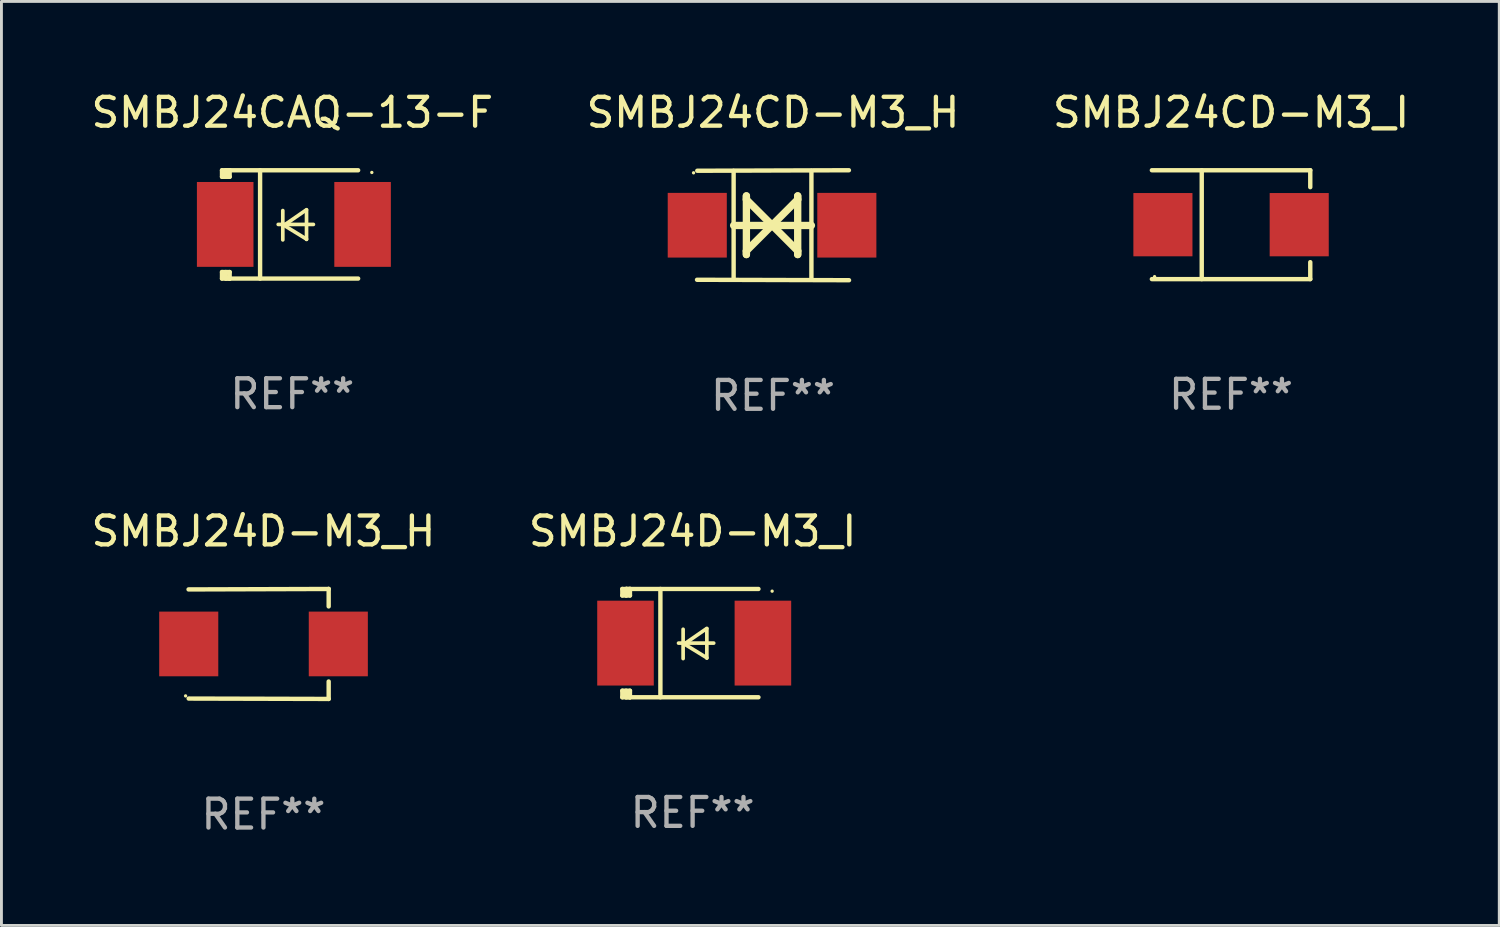
<source format=kicad_pcb>
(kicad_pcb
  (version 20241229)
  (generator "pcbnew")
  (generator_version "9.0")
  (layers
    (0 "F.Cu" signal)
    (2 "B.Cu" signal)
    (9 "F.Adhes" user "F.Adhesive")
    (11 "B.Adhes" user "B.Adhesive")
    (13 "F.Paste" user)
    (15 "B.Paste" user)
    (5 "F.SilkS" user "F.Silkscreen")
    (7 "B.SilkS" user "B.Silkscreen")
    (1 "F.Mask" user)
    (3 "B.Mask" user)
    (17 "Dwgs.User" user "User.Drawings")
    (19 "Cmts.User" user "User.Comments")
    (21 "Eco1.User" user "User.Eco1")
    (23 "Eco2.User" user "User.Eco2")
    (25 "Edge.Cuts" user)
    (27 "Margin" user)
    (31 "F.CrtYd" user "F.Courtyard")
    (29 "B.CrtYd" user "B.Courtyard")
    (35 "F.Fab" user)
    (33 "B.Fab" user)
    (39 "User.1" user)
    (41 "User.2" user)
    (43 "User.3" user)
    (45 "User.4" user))
  (footprint "SMBJ24CD-M3_I"
    (layer "F.Cu")
    (at 39.601 4.734)
    (property "Reference" "SMBJ24CD-M3_I" (at 0 -3.886 0) (layer "F.SilkS") (effects (font (size 1 1) (thickness 0.15))))
    (attr through_hole)
    (fp_line (start -2.744 -1.886) (end 2.744 -1.886) (stroke (width 0.152) (type solid)) (layer "F.SilkS"))
    (fp_line (start -2.744 1.886) (end 2.744 1.886) (stroke (width 0.152) (type solid)) (layer "F.SilkS"))
    (fp_line (start -1.016 -1.886) (end -1.016 1.886) (stroke (width 0.152) (type solid)) (layer "F.SilkS"))
    (fp_line (start 2.744 -1.886) (end 2.744 -1.299) (stroke (width 0.152) (type solid)) (layer "F.SilkS"))
    (fp_line (start 2.744 1.886) (end 2.744 1.299) (stroke (width 0.152) (type solid)) (layer "F.SilkS"))
    (fp_circle (center -2.65 1.8) (end -2.62 1.8) (stroke (width 0.06) (type solid)) (fill no) (layer "F.SilkS"))
    (fp_text user "REF**" (at 0 5.886 0) (layer "F.Fab") (effects (font (size 1 1) (thickness 0.15))))
    (pad "1" smd rect (at -2.361 0) (size 2.047 2.192) (layers "F.Cu" "F.Mask" "F.Paste"))
    (pad "2" smd rect (at 2.361 0) (size 2.047 2.192) (layers "F.Cu" "F.Mask" "F.Paste")))
  (footprint "SMBJ24D-M3_H"
    (layer "F.Cu")
    (at 6.077 19.26)
    (property "Reference" "SMBJ24D-M3_H" (at 0 -3.905 0) (layer "F.SilkS") (effects (font (size 1 1) (thickness 0.15))))
    (attr through_hole)
    (fp_line (start 2.256 -1.905) (end -2.594 -1.889) (stroke (width 0.152) (type solid)) (layer "F.SilkS"))
    (fp_line (start 2.256 -1.905) (end 2.26 -1.905) (stroke (width 0.152) (type solid)) (layer "F.SilkS"))
    (fp_line (start 2.26 -1.905) (end 2.26 -1.301) (stroke (width 0.152) (type solid)) (layer "F.SilkS"))
    (fp_line (start 2.26 1.301) (end 2.26 1.905) (stroke (width 0.152) (type solid)) (layer "F.SilkS"))
    (fp_line (start 2.26 1.905) (end -2.59 1.892) (stroke (width 0.152) (type solid)) (layer "F.SilkS"))
    (fp_circle (center -2.697 1.8) (end -2.667 1.8) (stroke (width 0.06) (type solid)) (fill no) (layer "F.SilkS"))
    (fp_text user "REF**" (at 0 5.905 0) (layer "F.Fab") (effects (font (size 1 1) (thickness 0.15))))
    (pad "1" smd rect (at -2.588 0) (size 2.047 2.241) (layers "F.Cu" "F.Mask" "F.Paste"))
    (pad "2" smd rect (at 2.594 0) (size 2.047 2.241) (layers "F.Cu" "F.Mask" "F.Paste")))
  (footprint "SMBJ24D-M3_I"
    (layer "F.Cu")
    (at 20.946 19.231)
    (property "Reference" "SMBJ24D-M3_I" (at 0 -3.876 0) (layer "F.SilkS") (effects (font (size 1 1) (thickness 0.15))))
    (attr through_hole)
    (fp_line (start -2.435 1.65) (end -2.171 1.65) (stroke (width 0.152) (type solid)) (layer "F.SilkS"))
    (fp_line (start -2.435 1.876) (end -2.435 1.65) (stroke (width 0.152) (type solid)) (layer "F.SilkS"))
    (fp_line (start -2.435 -1.876) (end -2.171 -1.876) (stroke (width 0.152) (type solid)) (layer "F.SilkS"))
    (fp_line (start -2.435 -1.65) (end -2.435 -1.876) (stroke (width 0.152) (type solid)) (layer "F.SilkS"))
    (fp_line (start -2.305 -1.866) (end -2.295 -1.876) (stroke (width 0.152) (type solid)) (layer "F.SilkS"))
    (fp_line (start -2.305 -1.65) (end -2.305 -1.866) (stroke (width 0.152) (type solid)) (layer "F.SilkS"))
    (fp_line (start -2.305 1.876) (end -2.305 1.65) (stroke (width 0.152) (type solid)) (layer "F.SilkS"))
    (fp_line (start -2.295 -1.876) (end -2.295 -1.65) (stroke (width 0.152) (type solid)) (layer "F.SilkS"))
    (fp_line (start -2.171 1.876) (end -2.435 1.876) (stroke (width 0.152) (type solid)) (layer "F.SilkS"))
    (fp_line (start -2.171 -1.65) (end -2.435 -1.65) (stroke (width 0.152) (type solid)) (layer "F.SilkS"))
    (fp_line (start -2.171 -1.876) (end -2.295 -1.876) (stroke (width 0.152) (type solid)) (layer "F.SilkS"))
    (fp_line (start -2.171 -1.65) (end -2.171 -1.876) (stroke (width 0.152) (type solid)) (layer "F.SilkS"))
    (fp_line (start -2.171 1.876) (end -2.305 1.876) (stroke (width 0.152) (type solid)) (layer "F.SilkS"))
    (fp_line (start -2.171 1.876) (end -2.171 1.65) (stroke (width 0.152) (type solid)) (layer "F.SilkS"))
    (fp_line (start -1.116 1.876) (end -1.116 -1.876) (stroke (width 0.152) (type solid)) (layer "F.SilkS"))
    (fp_line (start -0.488 0.000102) (end 0.731 0.000102) (stroke (width 0.127) (type solid)) (layer "F.SilkS"))
    (fp_line (start -0.329 -0.48) (end -0.329 0.536) (stroke (width 0.127) (type solid)) (layer "F.SilkS"))
    (fp_line (start -0.29 0.03) (end 0.493 0.51) (stroke (width 0.127) (type solid)) (layer "F.SilkS"))
    (fp_line (start 0.493 -0.51) (end -0.29 0.03) (stroke (width 0.127) (type solid)) (layer "F.SilkS"))
    (fp_line (start 0.493 0.52) (end 0.493 -0.496) (stroke (width 0.127) (type solid)) (layer "F.SilkS"))
    (fp_line (start 2.281 -1.876) (end -2.171 -1.876) (stroke (width 0.152) (type solid)) (layer "F.SilkS"))
    (fp_line (start 2.281 1.876) (end -2.171 1.876) (stroke (width 0.152) (type solid)) (layer "F.SilkS"))
    (fp_circle (center 2.755 -1.8) (end 2.785 -1.8) (stroke (width 0.06) (type solid)) (fill no) (layer "F.SilkS"))
    (fp_text user "REF**" (at 0 5.876 0) (layer "F.Fab") (effects (font (size 1 1) (thickness 0.15))))
    (pad "1" smd rect (at 2.435 -0.000025 180) (size 1.96 2.94) (layers "F.Cu" "F.Mask" "F.Paste"))
    (pad "2" smd rect (at -2.325 -0.000025 180) (size 1.96 2.94) (layers "F.Cu" "F.Mask" "F.Paste")))
  (footprint "SMBJ24CD-M3_H"
    (layer "F.Cu")
    (at 23.732 4.753)
    (property "Reference" "SMBJ24CD-M3_H" (at 0 -3.905 0) (layer "F.SilkS") (effects (font (size 1 1) (thickness 0.15))))
    (attr through_hole)
    (fp_line (start -1.365 1.886) (end -1.365 -1.886) (stroke (width 0.152) (type solid)) (layer "F.SilkS"))
    (fp_line (start -1.365 0.008) (end 1.33 0.008) (stroke (width 0.254) (type solid)) (layer "F.SilkS"))
    (fp_line (start -0.923 -1.016) (end -0.923 1.016) (stroke (width 0.254) (type solid)) (layer "F.SilkS"))
    (fp_line (start -0.923 -0.889) (end -0.923 -1.016) (stroke (width 0.254) (type solid)) (layer "F.SilkS"))
    (fp_line (start -0.923 0.889) (end -0.034 0) (stroke (width 0.254) (type solid)) (layer "F.SilkS"))
    (fp_line (start -0.923 1.016) (end -0.923 0.889) (stroke (width 0.254) (type solid)) (layer "F.SilkS"))
    (fp_line (start -0.034 0) (end -0.923 -0.889) (stroke (width 0.254) (type solid)) (layer "F.SilkS"))
    (fp_line (start -0.034 0) (end 0.855 0.889) (stroke (width 0.254) (type solid)) (layer "F.SilkS"))
    (fp_line (start 0.855 -1.016) (end 0.855 -0.889) (stroke (width 0.254) (type solid)) (layer "F.SilkS"))
    (fp_line (start 0.855 -0.889) (end -0.034 0) (stroke (width 0.254) (type solid)) (layer "F.SilkS"))
    (fp_line (start 0.855 0.889) (end 0.855 1.016) (stroke (width 0.254) (type solid)) (layer "F.SilkS"))
    (fp_line (start 0.855 1.016) (end 0.855 -1.016) (stroke (width 0.254) (type solid)) (layer "F.SilkS"))
    (fp_line (start 1.33 1.886) (end 1.33 -1.886) (stroke (width 0.152) (type solid)) (layer "F.SilkS"))
    (fp_line (start 2.629 -1.905) (end -2.625 -1.887) (stroke (width 0.152) (type solid)) (layer "F.SilkS"))
    (fp_line (start 2.633 1.905) (end -2.633 1.89) (stroke (width 0.152) (type solid)) (layer "F.SilkS"))
    (fp_circle (center -2.753 -1.816) (end -2.723 -1.816) (stroke (width 0.06) (type solid)) (fill no) (layer "F.SilkS"))
    (fp_text user "REF**" (at 0 5.905 0) (layer "F.Fab") (effects (font (size 1 1) (thickness 0.15))))
    (pad "1" smd rect (at -2.625 0) (size 2.047 2.241) (layers "F.Cu" "F.Mask" "F.Paste"))
    (pad "2" smd rect (at 2.557 0) (size 2.047 2.241) (layers "F.Cu" "F.Mask" "F.Paste")))
  (footprint "SMBJ24CAQ-13-F"
    (layer "F.Cu")
    (at 7.077 4.725)
    (property "Reference" "SMBJ24CAQ-13-F" (at 0 -3.876 0) (layer "F.SilkS") (effects (font (size 1 1) (thickness 0.15))))
    (attr through_hole)
    (fp_line (start -2.435 1.65) (end -2.171 1.65) (stroke (width 0.152) (type solid)) (layer "F.SilkS"))
    (fp_line (start -2.435 1.876) (end -2.435 1.65) (stroke (width 0.152) (type solid)) (layer "F.SilkS"))
    (fp_line (start -2.435 -1.876) (end -2.171 -1.876) (stroke (width 0.152) (type solid)) (layer "F.SilkS"))
    (fp_line (start -2.435 -1.65) (end -2.435 -1.876) (stroke (width 0.152) (type solid)) (layer "F.SilkS"))
    (fp_line (start -2.305 -1.866) (end -2.295 -1.876) (stroke (width 0.152) (type solid)) (layer "F.SilkS"))
    (fp_line (start -2.305 -1.65) (end -2.305 -1.866) (stroke (width 0.152) (type solid)) (layer "F.SilkS"))
    (fp_line (start -2.305 1.876) (end -2.305 1.65) (stroke (width 0.152) (type solid)) (layer "F.SilkS"))
    (fp_line (start -2.295 -1.876) (end -2.295 -1.65) (stroke (width 0.152) (type solid)) (layer "F.SilkS"))
    (fp_line (start -2.171 1.876) (end -2.435 1.876) (stroke (width 0.152) (type solid)) (layer "F.SilkS"))
    (fp_line (start -2.171 -1.65) (end -2.435 -1.65) (stroke (width 0.152) (type solid)) (layer "F.SilkS"))
    (fp_line (start -2.171 -1.876) (end -2.295 -1.876) (stroke (width 0.152) (type solid)) (layer "F.SilkS"))
    (fp_line (start -2.171 -1.65) (end -2.171 -1.876) (stroke (width 0.152) (type solid)) (layer "F.SilkS"))
    (fp_line (start -2.171 1.876) (end -2.305 1.876) (stroke (width 0.152) (type solid)) (layer "F.SilkS"))
    (fp_line (start -2.171 1.876) (end -2.171 1.65) (stroke (width 0.152) (type solid)) (layer "F.SilkS"))
    (fp_line (start -1.116 1.876) (end -1.116 -1.876) (stroke (width 0.152) (type solid)) (layer "F.SilkS"))
    (fp_line (start -0.488 0.000102) (end 0.731 0.000102) (stroke (width 0.127) (type solid)) (layer "F.SilkS"))
    (fp_line (start -0.329 -0.48) (end -0.329 0.536) (stroke (width 0.127) (type solid)) (layer "F.SilkS"))
    (fp_line (start -0.29 0.03) (end 0.493 0.51) (stroke (width 0.127) (type solid)) (layer "F.SilkS"))
    (fp_line (start 0.493 -0.51) (end -0.29 0.03) (stroke (width 0.127) (type solid)) (layer "F.SilkS"))
    (fp_line (start 0.493 0.52) (end 0.493 -0.496) (stroke (width 0.127) (type solid)) (layer "F.SilkS"))
    (fp_line (start 2.281 -1.876) (end -2.171 -1.876) (stroke (width 0.152) (type solid)) (layer "F.SilkS"))
    (fp_line (start 2.281 1.876) (end -2.171 1.876) (stroke (width 0.152) (type solid)) (layer "F.SilkS"))
    (fp_circle (center 2.755 -1.8) (end 2.785 -1.8) (stroke (width 0.06) (type solid)) (fill no) (layer "F.SilkS"))
    (fp_text user "REF**" (at 0 5.876 0) (layer "F.Fab") (effects (font (size 1 1) (thickness 0.15))))
    (pad "1" smd rect (at 2.435 -0.000025 180) (size 1.96 2.94) (layers "F.Cu" "F.Mask" "F.Paste"))
    (pad "2" smd rect (at -2.325 -0.000025 180) (size 1.96 2.94) (layers "F.Cu" "F.Mask" "F.Paste")))
  (gr_rect
    (start -3 -3)
    (end 48.893 29.013)
    (stroke (width 0.1) (type default))
    (fill no)
    (layer "Edge.Cuts")))
</source>
